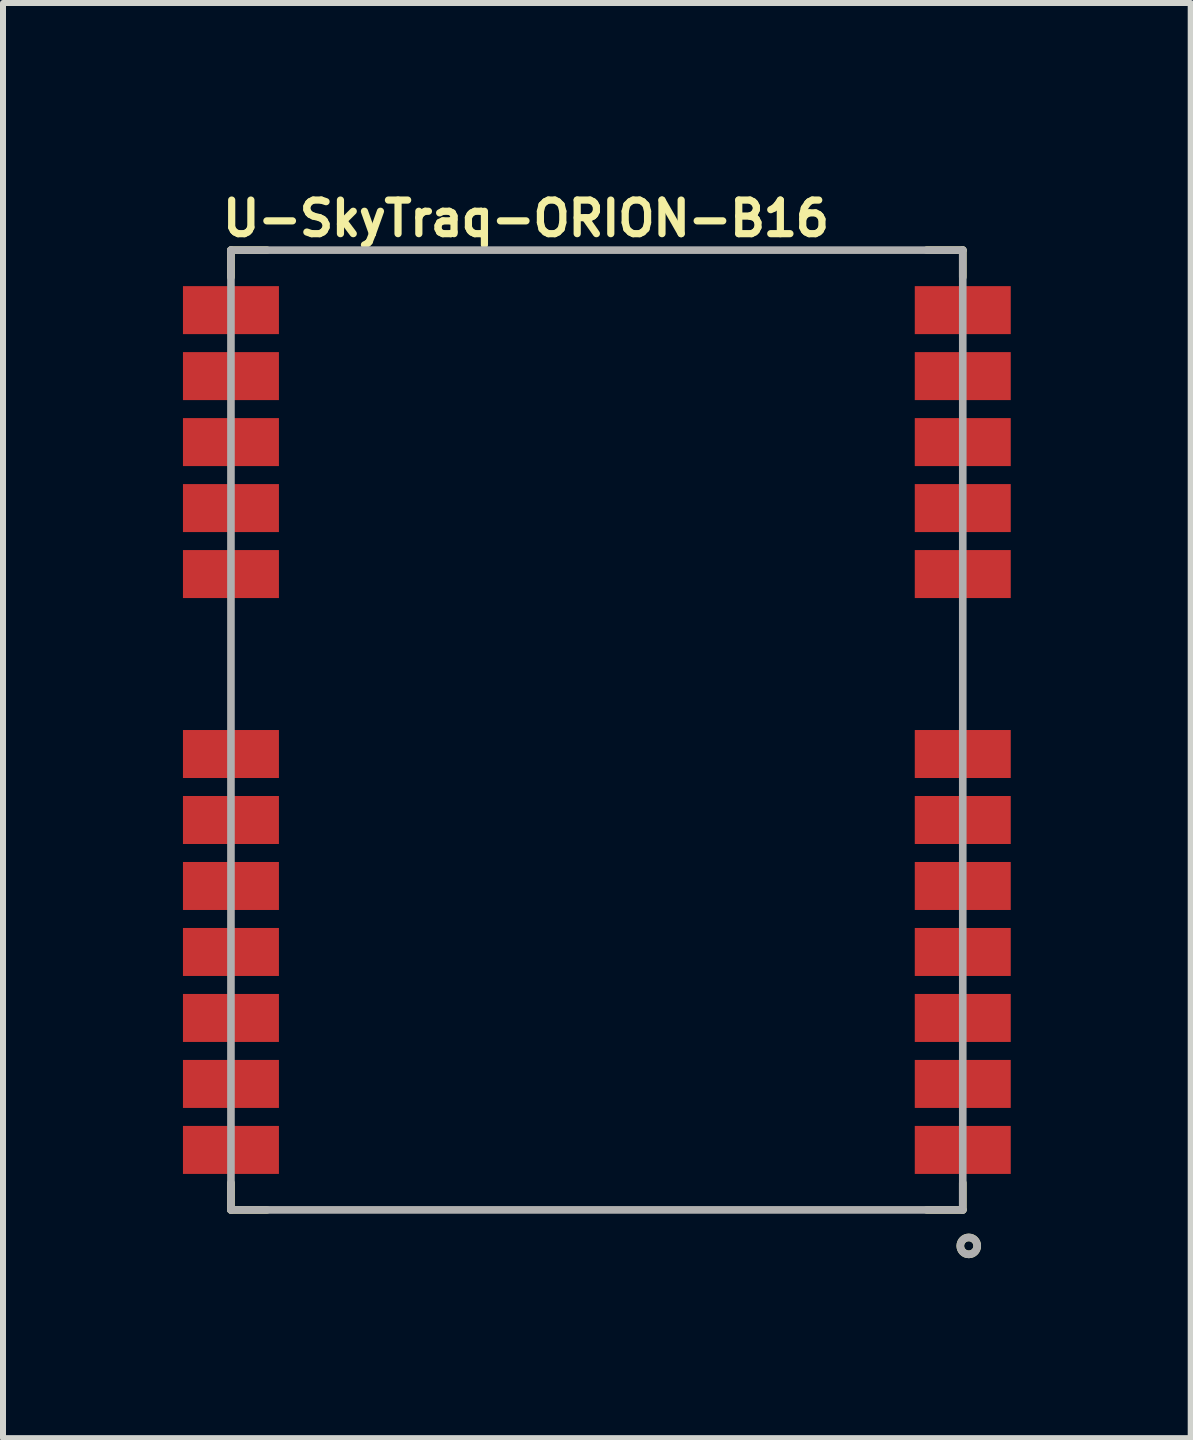
<source format=kicad_pcb>
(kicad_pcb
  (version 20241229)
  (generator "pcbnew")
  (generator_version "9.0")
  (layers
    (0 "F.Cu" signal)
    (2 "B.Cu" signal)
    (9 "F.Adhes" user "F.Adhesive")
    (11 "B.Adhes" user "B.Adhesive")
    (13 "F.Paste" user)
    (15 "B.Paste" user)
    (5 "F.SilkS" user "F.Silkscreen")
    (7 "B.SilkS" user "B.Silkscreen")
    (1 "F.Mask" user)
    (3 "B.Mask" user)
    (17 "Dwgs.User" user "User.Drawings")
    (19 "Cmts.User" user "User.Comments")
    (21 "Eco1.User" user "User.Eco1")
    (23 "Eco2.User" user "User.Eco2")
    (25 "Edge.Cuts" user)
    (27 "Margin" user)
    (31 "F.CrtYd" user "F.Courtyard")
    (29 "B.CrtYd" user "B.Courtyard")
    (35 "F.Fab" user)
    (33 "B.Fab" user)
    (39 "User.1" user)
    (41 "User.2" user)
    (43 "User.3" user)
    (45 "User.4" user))
  (footprint "U-SkyTraq-ORION-B16"
    (layer "F.Cu")
    (at 6.9 9.12)
    (property "Reference" "U-SkyTraq-ORION-B16" (at -6.3 -8.2 0) (layer "F.SilkS") (effects (font (size 0.56 0.56) (thickness 0.12)) (justify left bottom)))
    (fp_line (start -6.1 -8) (end -6.1 -7.55) (stroke (width 0.127) (type solid)) (layer "F.SilkS"))
    (fp_line (start -6.1 -8) (end -5.5 -8) (stroke (width 0.127) (type solid)) (layer "F.SilkS"))
    (fp_line (start -6.1 8) (end -6.1 7.55) (stroke (width 0.127) (type solid)) (layer "F.SilkS"))
    (fp_line (start -6.1 8) (end -5.5 8) (stroke (width 0.127) (type solid)) (layer "F.SilkS"))
    (fp_line (start 6.1 -8) (end 5.5 -8) (stroke (width 0.127) (type solid)) (layer "F.SilkS"))
    (fp_line (start 6.1 -8) (end 6.1 -7.55) (stroke (width 0.127) (type solid)) (layer "F.SilkS"))
    (fp_line (start 6.1 8) (end 5.5 8) (stroke (width 0.127) (type solid)) (layer "F.SilkS"))
    (fp_line (start 6.1 8) (end 6.1 7.55) (stroke (width 0.127) (type solid)) (layer "F.SilkS"))
    (fp_circle (center 6.2 8.6) (end 6.341 8.6) (stroke (width 0.127) (type solid)) (fill no) (layer "F.SilkS"))
    (fp_line (start -6.1 -8) (end -6.1 8) (stroke (width 0.127) (type solid)) (layer "F.Fab"))
    (fp_line (start -6.1 8) (end 6.1 8) (stroke (width 0.127) (type solid)) (layer "F.Fab"))
    (fp_line (start 6.1 -8) (end -6.1 -8) (stroke (width 0.127) (type solid)) (layer "F.Fab"))
    (fp_line (start 6.1 8) (end 6.1 -8) (stroke (width 0.127) (type solid)) (layer "F.Fab"))
    (fp_circle (center 6.2 8.6) (end 6.341 8.6) (stroke (width 0.127) (type solid)) (fill no) (layer "F.Fab"))
    (pad "1" smd rect (at 6.1 7) (size 1.6 0.8) (layers "F.Cu" "F.Mask" "F.Paste"))
    (pad "2" smd rect (at 6.1 5.9) (size 1.6 0.8) (layers "F.Cu" "F.Mask" "F.Paste"))
    (pad "3" smd rect (at 6.1 4.8) (size 1.6 0.8) (layers "F.Cu" "F.Mask" "F.Paste"))
    (pad "4" smd rect (at 6.1 3.7) (size 1.6 0.8) (layers "F.Cu" "F.Mask" "F.Paste"))
    (pad "5" smd rect (at 6.1 2.6) (size 1.6 0.8) (layers "F.Cu" "F.Mask" "F.Paste"))
    (pad "6" smd rect (at 6.1 1.5) (size 1.6 0.8) (layers "F.Cu" "F.Mask" "F.Paste"))
    (pad "7" smd rect (at 6.1 0.4) (size 1.6 0.8) (layers "F.Cu" "F.Mask" "F.Paste"))
    (pad "8" smd rect (at 6.1 -2.6) (size 1.6 0.8) (layers "F.Cu" "F.Mask" "F.Paste"))
    (pad "9" smd rect (at 6.1 -3.7) (size 1.6 0.8) (layers "F.Cu" "F.Mask" "F.Paste"))
    (pad "10" smd rect (at 6.1 -4.8) (size 1.6 0.8) (layers "F.Cu" "F.Mask" "F.Paste"))
    (pad "11" smd rect (at 6.1 -5.9) (size 1.6 0.8) (layers "F.Cu" "F.Mask" "F.Paste"))
    (pad "12" smd rect (at 6.1 -7) (size 1.6 0.8) (layers "F.Cu" "F.Mask" "F.Paste"))
    (pad "13" smd rect (at -6.1 -7) (size 1.6 0.8) (layers "F.Cu" "F.Mask" "F.Paste"))
    (pad "14" smd rect (at -6.1 -5.9) (size 1.6 0.8) (layers "F.Cu" "F.Mask" "F.Paste"))
    (pad "15" smd rect (at -6.1 -4.8) (size 1.6 0.8) (layers "F.Cu" "F.Mask" "F.Paste"))
    (pad "16" smd rect (at -6.1 -3.7) (size 1.6 0.8) (layers "F.Cu" "F.Mask" "F.Paste"))
    (pad "17" smd rect (at -6.1 -2.6) (size 1.6 0.8) (layers "F.Cu" "F.Mask" "F.Paste"))
    (pad "18" smd rect (at -6.1 0.4) (size 1.6 0.8) (layers "F.Cu" "F.Mask" "F.Paste"))
    (pad "19" smd rect (at -6.1 1.5) (size 1.6 0.8) (layers "F.Cu" "F.Mask" "F.Paste"))
    (pad "20" smd rect (at -6.1 2.6) (size 1.6 0.8) (layers "F.Cu" "F.Mask" "F.Paste"))
    (pad "21" smd rect (at -6.1 3.7) (size 1.6 0.8) (layers "F.Cu" "F.Mask" "F.Paste"))
    (pad "22" smd rect (at -6.1 4.8) (size 1.6 0.8) (layers "F.Cu" "F.Mask" "F.Paste"))
    (pad "23" smd rect (at -6.1 5.9) (size 1.6 0.8) (layers "F.Cu" "F.Mask" "F.Paste"))
    (pad "24" smd rect (at -6.1 7) (size 1.6 0.8) (layers "F.Cu" "F.Mask" "F.Paste")))
  (gr_rect
    (start -3 -3)
    (end 16.8 20.925)
    (stroke (width 0.1) (type default))
    (fill no)
    (layer "Edge.Cuts")))
</source>
